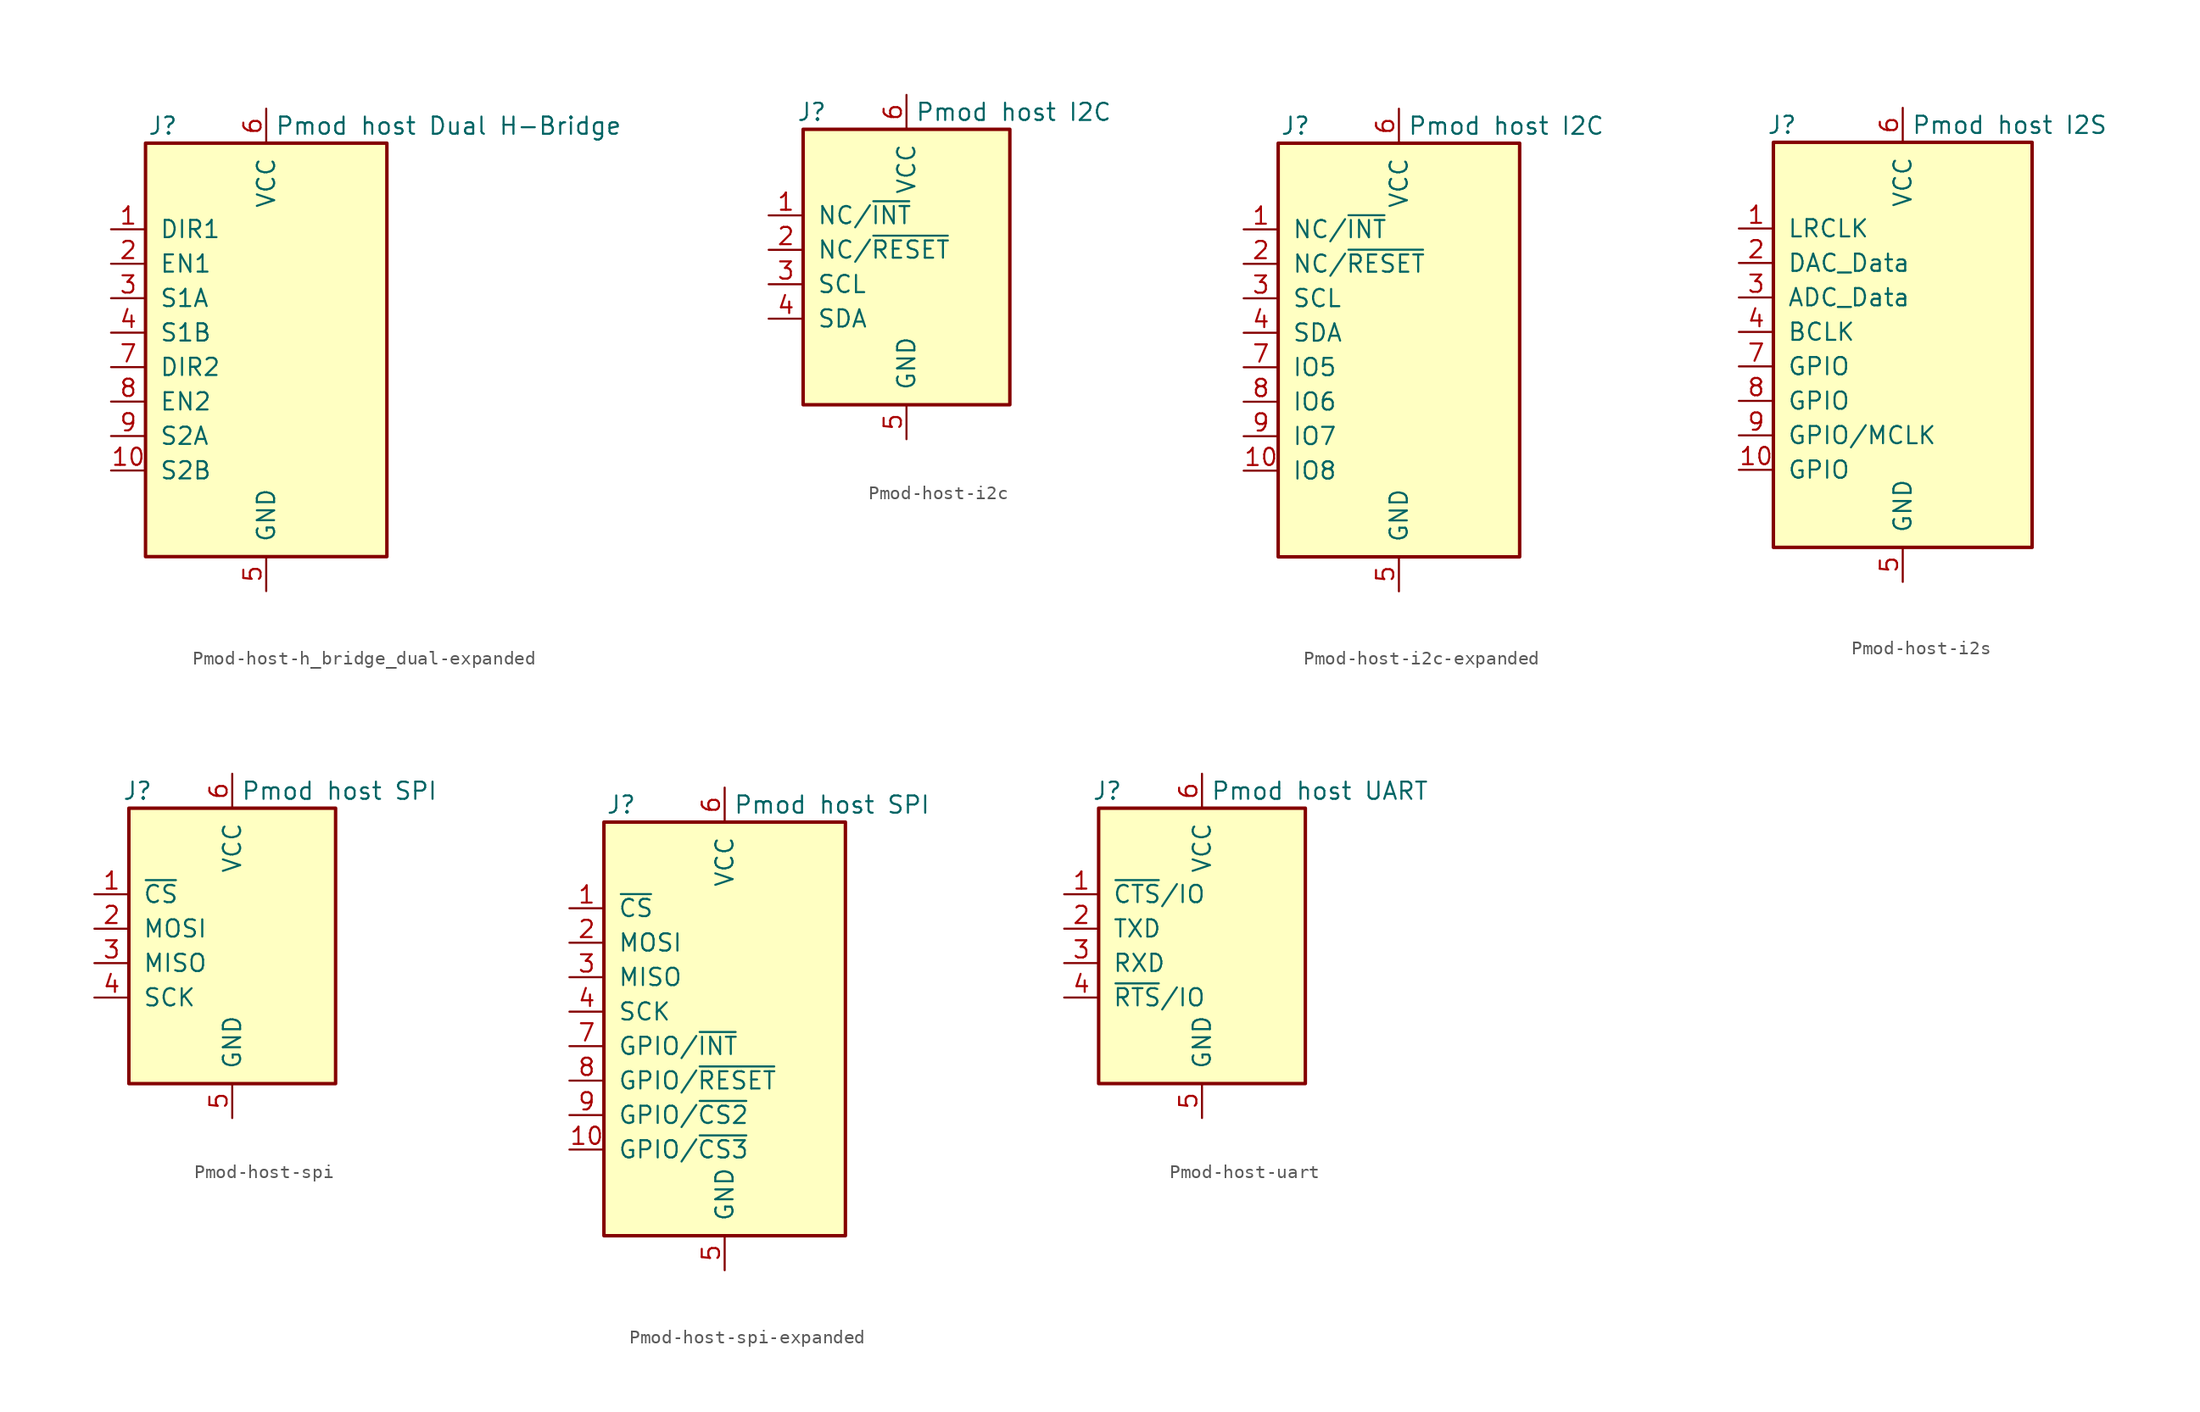
<source format=kicad_sym>
(kicad_symbol_lib
  (version 20220914)
  (generator kicad_symbol_editor)
  (symbol "Pmod-host-h_bridge_dual-expanded"
    (pin_names
      (offset 1.016))
    (property "Reference" "J"
      (at -7.62 16.51 0)
      (effects (font (size 1.27 1.27))))
    (property "Value" "Pmod host Dual H-Bridge"
      (at 0.635 16.51 0)
      (effects (font (size 1.27 1.27)) (justify left)))
    (symbol "Pmod-host-h_bridge_dual-expanded_0_1"
      (rectangle (start -8.89 15.24) (end 8.89 -15.24) (stroke (width 0.254) (type default)) (fill (type background))))
    (symbol "Pmod-host-h_bridge_dual-expanded_1_1"
      (pin input line (at -11.43 8.89 0) (length 2.54) (name "DIR1" (effects (font (size 1.27 1.27)))) (number "1" (effects (font (size 1.27 1.27)))))
      (pin output line (at -11.43 -8.89 0) (length 2.54) (name "S2B" (effects (font (size 1.27 1.27)))) (number "10" (effects (font (size 1.27 1.27)))))
      (pin passive line (at 0 -17.78 90) (length 2.54) hide (name "GND" (effects (font (size 1.27 1.27)))) (number "11" (effects (font (size 1.27 1.27)))))
      (pin passive line (at 0 17.78 270) (length 2.54) hide (name "VCC" (effects (font (size 1.27 1.27)))) (number "12" (effects (font (size 1.27 1.27)))))
      (pin input line (at -11.43 6.35 0) (length 2.54) (name "EN1" (effects (font (size 1.27 1.27)))) (number "2" (effects (font (size 1.27 1.27)))))
      (pin output line (at -11.43 3.81 0) (length 2.54) (name "S1A" (effects (font (size 1.27 1.27)))) (number "3" (effects (font (size 1.27 1.27)))))
      (pin output line (at -11.43 1.27 0) (length 2.54) (name "S1B" (effects (font (size 1.27 1.27)))) (number "4" (effects (font (size 1.27 1.27)))))
      (pin power_in line (at 0 -17.78 90) (length 2.54) (name "GND" (effects (font (size 1.27 1.27)))) (number "5" (effects (font (size 1.27 1.27)))))
      (pin power_in line (at 0 17.78 270) (length 2.54) (name "VCC" (effects (font (size 1.27 1.27)))) (number "6" (effects (font (size 1.27 1.27)))))
      (pin input line (at -11.43 -1.27 0) (length 2.54) (name "DIR2" (effects (font (size 1.27 1.27)))) (number "7" (effects (font (size 1.27 1.27)))))
      (pin input line (at -11.43 -3.81 0) (length 2.54) (name "EN2" (effects (font (size 1.27 1.27)))) (number "8" (effects (font (size 1.27 1.27)))))
      (pin output line (at -11.43 -6.35 0) (length 2.54) (name "S2A" (effects (font (size 1.27 1.27)))) (number "9" (effects (font (size 1.27 1.27)))))))
  (symbol "Pmod-host-i2c"
    (pin_names
      (offset 1.016))
    (property "Reference" "J"
      (at -6.985 11.43 0)
      (effects (font (size 1.27 1.27))))
    (property "Value" "Pmod host I2C"
      (at 0.635 11.43 0)
      (effects (font (size 1.27 1.27)) (justify left)))
    (symbol "Pmod-host-i2c_0_1"
      (rectangle (start -7.62 10.16) (end 7.62 -10.16) (stroke (width 0.254) (type default)) (fill (type background))))
    (symbol "Pmod-host-i2c_1_1"
      (pin output line (at -10.16 3.81 0) (length 2.54) (name "NC/~{INT}" (effects (font (size 1.27 1.27)))) (number "1" (effects (font (size 1.27 1.27)))))
      (pin input line (at -10.16 1.27 0) (length 2.54) (name "NC/~{RESET}" (effects (font (size 1.27 1.27)))) (number "2" (effects (font (size 1.27 1.27)))))
      (pin input line (at -10.16 -1.27 0) (length 2.54) (name "SCL" (effects (font (size 1.27 1.27)))) (number "3" (effects (font (size 1.27 1.27)))))
      (pin bidirectional line (at -10.16 -3.81 0) (length 2.54) (name "SDA" (effects (font (size 1.27 1.27)))) (number "4" (effects (font (size 1.27 1.27)))))
      (pin power_in line (at 0 -12.7 90) (length 2.54) (name "GND" (effects (font (size 1.27 1.27)))) (number "5" (effects (font (size 1.27 1.27)))))
      (pin power_in line (at 0 12.7 270) (length 2.54) (name "VCC" (effects (font (size 1.27 1.27)))) (number "6" (effects (font (size 1.27 1.27)))))))
  (symbol "Pmod-host-i2c-expanded"
    (pin_names
      (offset 1.016))
    (property "Reference" "J"
      (at -7.62 16.51 0)
      (effects (font (size 1.27 1.27))))
    (property "Value" "Pmod host I2C"
      (at 0.635 16.51 0)
      (effects (font (size 1.27 1.27)) (justify left)))
    (symbol "Pmod-host-i2c-expanded_0_1"
      (rectangle (start -8.89 15.24) (end 8.89 -15.24) (stroke (width 0.254) (type default)) (fill (type background))))
    (symbol "Pmod-host-i2c-expanded_1_1"
      (pin output line (at -11.43 8.89 0) (length 2.54) (name "NC/~{INT}" (effects (font (size 1.27 1.27)))) (number "1" (effects (font (size 1.27 1.27)))))
      (pin bidirectional line (at -11.43 -8.89 0) (length 2.54) (name "IO8" (effects (font (size 1.27 1.27)))) (number "10" (effects (font (size 1.27 1.27)))))
      (pin passive line (at 0 -17.78 90) (length 2.54) hide (name "GND" (effects (font (size 1.27 1.27)))) (number "11" (effects (font (size 1.27 1.27)))))
      (pin passive line (at 0 17.78 270) (length 2.54) hide (name "VCC" (effects (font (size 1.27 1.27)))) (number "12" (effects (font (size 1.27 1.27)))))
      (pin input line (at -11.43 6.35 0) (length 2.54) (name "NC/~{RESET}" (effects (font (size 1.27 1.27)))) (number "2" (effects (font (size 1.27 1.27)))))
      (pin input line (at -11.43 3.81 0) (length 2.54) (name "SCL" (effects (font (size 1.27 1.27)))) (number "3" (effects (font (size 1.27 1.27)))))
      (pin bidirectional line (at -11.43 1.27 0) (length 2.54) (name "SDA" (effects (font (size 1.27 1.27)))) (number "4" (effects (font (size 1.27 1.27)))))
      (pin power_in line (at 0 -17.78 90) (length 2.54) (name "GND" (effects (font (size 1.27 1.27)))) (number "5" (effects (font (size 1.27 1.27)))))
      (pin power_in line (at 0 17.78 270) (length 2.54) (name "VCC" (effects (font (size 1.27 1.27)))) (number "6" (effects (font (size 1.27 1.27)))))
      (pin bidirectional line (at -11.43 -1.27 0) (length 2.54) (name "IO5" (effects (font (size 1.27 1.27)))) (number "7" (effects (font (size 1.27 1.27)))))
      (pin bidirectional line (at -11.43 -3.81 0) (length 2.54) (name "IO6" (effects (font (size 1.27 1.27)))) (number "8" (effects (font (size 1.27 1.27)))))
      (pin bidirectional line (at -11.43 -6.35 0) (length 2.54) (name "IO7" (effects (font (size 1.27 1.27)))) (number "9" (effects (font (size 1.27 1.27)))))))
  (symbol "Pmod-host-i2s"
    (pin_names
      (offset 1.016))
    (property "Reference" "J"
      (at -8.89 16.51 0)
      (effects (font (size 1.27 1.27))))
    (property "Value" "Pmod host I2S"
      (at 0.635 16.51 0)
      (effects (font (size 1.27 1.27)) (justify left)))
    (symbol "Pmod-host-i2s_0_1"
      (rectangle (start -9.525 15.24) (end 9.525 -14.605) (stroke (width 0.254) (type default)) (fill (type background))))
    (symbol "Pmod-host-i2s_1_1"
      (pin input line (at -12.065 8.89 0) (length 2.54) (name "LRCLK" (effects (font (size 1.27 1.27)))) (number "1" (effects (font (size 1.27 1.27)))))
      (pin bidirectional line (at -12.065 -8.89 0) (length 2.54) (name "GPIO" (effects (font (size 1.27 1.27)))) (number "10" (effects (font (size 1.27 1.27)))))
      (pin passive line (at 0 -17.145 90) (length 2.54) hide (name "GND" (effects (font (size 1.27 1.27)))) (number "11" (effects (font (size 1.27 1.27)))))
      (pin passive line (at 0 17.78 270) (length 2.54) hide (name "VCC" (effects (font (size 1.27 1.27)))) (number "12" (effects (font (size 1.27 1.27)))))
      (pin input line (at -12.065 6.35 0) (length 2.54) (name "DAC_Data" (effects (font (size 1.27 1.27)))) (number "2" (effects (font (size 1.27 1.27)))))
      (pin output line (at -12.065 3.81 0) (length 2.54) (name "ADC_Data" (effects (font (size 1.27 1.27)))) (number "3" (effects (font (size 1.27 1.27)))))
      (pin input line (at -12.065 1.27 0) (length 2.54) (name "BCLK" (effects (font (size 1.27 1.27)))) (number "4" (effects (font (size 1.27 1.27)))))
      (pin power_in line (at 0 -17.145 90) (length 2.54) (name "GND" (effects (font (size 1.27 1.27)))) (number "5" (effects (font (size 1.27 1.27)))))
      (pin power_in line (at 0 17.78 270) (length 2.54) (name "VCC" (effects (font (size 1.27 1.27)))) (number "6" (effects (font (size 1.27 1.27)))))
      (pin bidirectional line (at -12.065 -1.27 0) (length 2.54) (name "GPIO" (effects (font (size 1.27 1.27)))) (number "7" (effects (font (size 1.27 1.27)))))
      (pin bidirectional line (at -12.065 -3.81 0) (length 2.54) (name "GPIO" (effects (font (size 1.27 1.27)))) (number "8" (effects (font (size 1.27 1.27)))))
      (pin bidirectional line (at -12.065 -6.35 0) (length 2.54) (name "GPIO/MCLK" (effects (font (size 1.27 1.27)))) (number "9" (effects (font (size 1.27 1.27)))))))
  (symbol "Pmod-host-spi"
    (pin_names
      (offset 1.016))
    (property "Reference" "J"
      (at -6.985 11.43 0)
      (effects (font (size 1.27 1.27))))
    (property "Value" "Pmod host SPI"
      (at 0.635 11.43 0)
      (effects (font (size 1.27 1.27)) (justify left)))
    (symbol "Pmod-host-spi_0_1"
      (rectangle (start -7.62 10.16) (end 7.62 -10.16) (stroke (width 0.254) (type default)) (fill (type background))))
    (symbol "Pmod-host-spi_1_1"
      (pin input line (at -10.16 3.81 0) (length 2.54) (name "~{CS}" (effects (font (size 1.27 1.27)))) (number "1" (effects (font (size 1.27 1.27)))))
      (pin input line (at -10.16 1.27 0) (length 2.54) (name "MOSI" (effects (font (size 1.27 1.27)))) (number "2" (effects (font (size 1.27 1.27)))))
      (pin passive line (at -10.16 -1.27 0) (length 2.54) (name "MISO" (effects (font (size 1.27 1.27)))) (number "3" (effects (font (size 1.27 1.27)))))
      (pin input line (at -10.16 -3.81 0) (length 2.54) (name "SCK" (effects (font (size 1.27 1.27)))) (number "4" (effects (font (size 1.27 1.27)))))
      (pin power_in line (at 0 -12.7 90) (length 2.54) (name "GND" (effects (font (size 1.27 1.27)))) (number "5" (effects (font (size 1.27 1.27)))))
      (pin power_in line (at 0 12.7 270) (length 2.54) (name "VCC" (effects (font (size 1.27 1.27)))) (number "6" (effects (font (size 1.27 1.27)))))))
  (symbol "Pmod-host-spi-expanded"
    (pin_names
      (offset 1.016))
    (property "Reference" "J"
      (at -7.62 16.51 0)
      (effects (font (size 1.27 1.27))))
    (property "Value" "Pmod host SPI"
      (at 0.635 16.51 0)
      (effects (font (size 1.27 1.27)) (justify left)))
    (symbol "Pmod-host-spi-expanded_0_1"
      (rectangle (start -8.89 15.24) (end 8.89 -15.24) (stroke (width 0.254) (type default)) (fill (type background))))
    (symbol "Pmod-host-spi-expanded_1_1"
      (pin input line (at -11.43 8.89 0) (length 2.54) (name "~{CS}" (effects (font (size 1.27 1.27)))) (number "1" (effects (font (size 1.27 1.27)))))
      (pin bidirectional line (at -11.43 -8.89 0) (length 2.54) (name "GPIO/~{CS3}" (effects (font (size 1.27 1.27)))) (number "10" (effects (font (size 1.27 1.27)))))
      (pin passive line (at 0 -17.78 90) (length 2.54) hide (name "GND" (effects (font (size 1.27 1.27)))) (number "11" (effects (font (size 1.27 1.27)))))
      (pin passive line (at 0 17.78 270) (length 2.54) hide (name "VCC" (effects (font (size 1.27 1.27)))) (number "12" (effects (font (size 1.27 1.27)))))
      (pin input line (at -11.43 6.35 0) (length 2.54) (name "MOSI" (effects (font (size 1.27 1.27)))) (number "2" (effects (font (size 1.27 1.27)))))
      (pin passive line (at -11.43 3.81 0) (length 2.54) (name "MISO" (effects (font (size 1.27 1.27)))) (number "3" (effects (font (size 1.27 1.27)))))
      (pin input line (at -11.43 1.27 0) (length 2.54) (name "SCK" (effects (font (size 1.27 1.27)))) (number "4" (effects (font (size 1.27 1.27)))))
      (pin power_in line (at 0 -17.78 90) (length 2.54) (name "GND" (effects (font (size 1.27 1.27)))) (number "5" (effects (font (size 1.27 1.27)))))
      (pin power_in line (at 0 17.78 270) (length 2.54) (name "VCC" (effects (font (size 1.27 1.27)))) (number "6" (effects (font (size 1.27 1.27)))))
      (pin bidirectional line (at -11.43 -1.27 0) (length 2.54) (name "GPIO/~{INT}" (effects (font (size 1.27 1.27)))) (number "7" (effects (font (size 1.27 1.27)))))
      (pin bidirectional line (at -11.43 -3.81 0) (length 2.54) (name "GPIO/~{RESET}" (effects (font (size 1.27 1.27)))) (number "8" (effects (font (size 1.27 1.27)))))
      (pin bidirectional line (at -11.43 -6.35 0) (length 2.54) (name "GPIO/~{CS2}" (effects (font (size 1.27 1.27)))) (number "9" (effects (font (size 1.27 1.27)))))))
  (symbol "Pmod-host-uart"
    (pin_names
      (offset 1.016))
    (property "Reference" "J"
      (at -6.985 11.43 0)
      (effects (font (size 1.27 1.27))))
    (property "Value" "Pmod host UART"
      (at 0.635 11.43 0)
      (effects (font (size 1.27 1.27)) (justify left)))
    (symbol "Pmod-host-uart_0_1"
      (rectangle (start -7.62 10.16) (end 7.62 -10.16) (stroke (width 0.254) (type default)) (fill (type background))))
    (symbol "Pmod-host-uart_1_1"
      (pin output line (at -10.16 3.81 0) (length 2.54) (name "~{CTS}/IO" (effects (font (size 1.27 1.27)))) (number "1" (effects (font (size 1.27 1.27)))))
      (pin input line (at -10.16 1.27 0) (length 2.54) (name "TXD" (effects (font (size 1.27 1.27)))) (number "2" (effects (font (size 1.27 1.27)))))
      (pin output line (at -10.16 -1.27 0) (length 2.54) (name "RXD" (effects (font (size 1.27 1.27)))) (number "3" (effects (font (size 1.27 1.27)))))
      (pin input line (at -10.16 -3.81 0) (length 2.54) (name "~{RTS}/IO" (effects (font (size 1.27 1.27)))) (number "4" (effects (font (size 1.27 1.27)))))
      (pin power_in line (at 0 -12.7 90) (length 2.54) (name "GND" (effects (font (size 1.27 1.27)))) (number "5" (effects (font (size 1.27 1.27)))))
      (pin power_in line (at 0 12.7 270) (length 2.54) (name "VCC" (effects (font (size 1.27 1.27)))) (number "6" (effects (font (size 1.27 1.27))))))))
</source>
